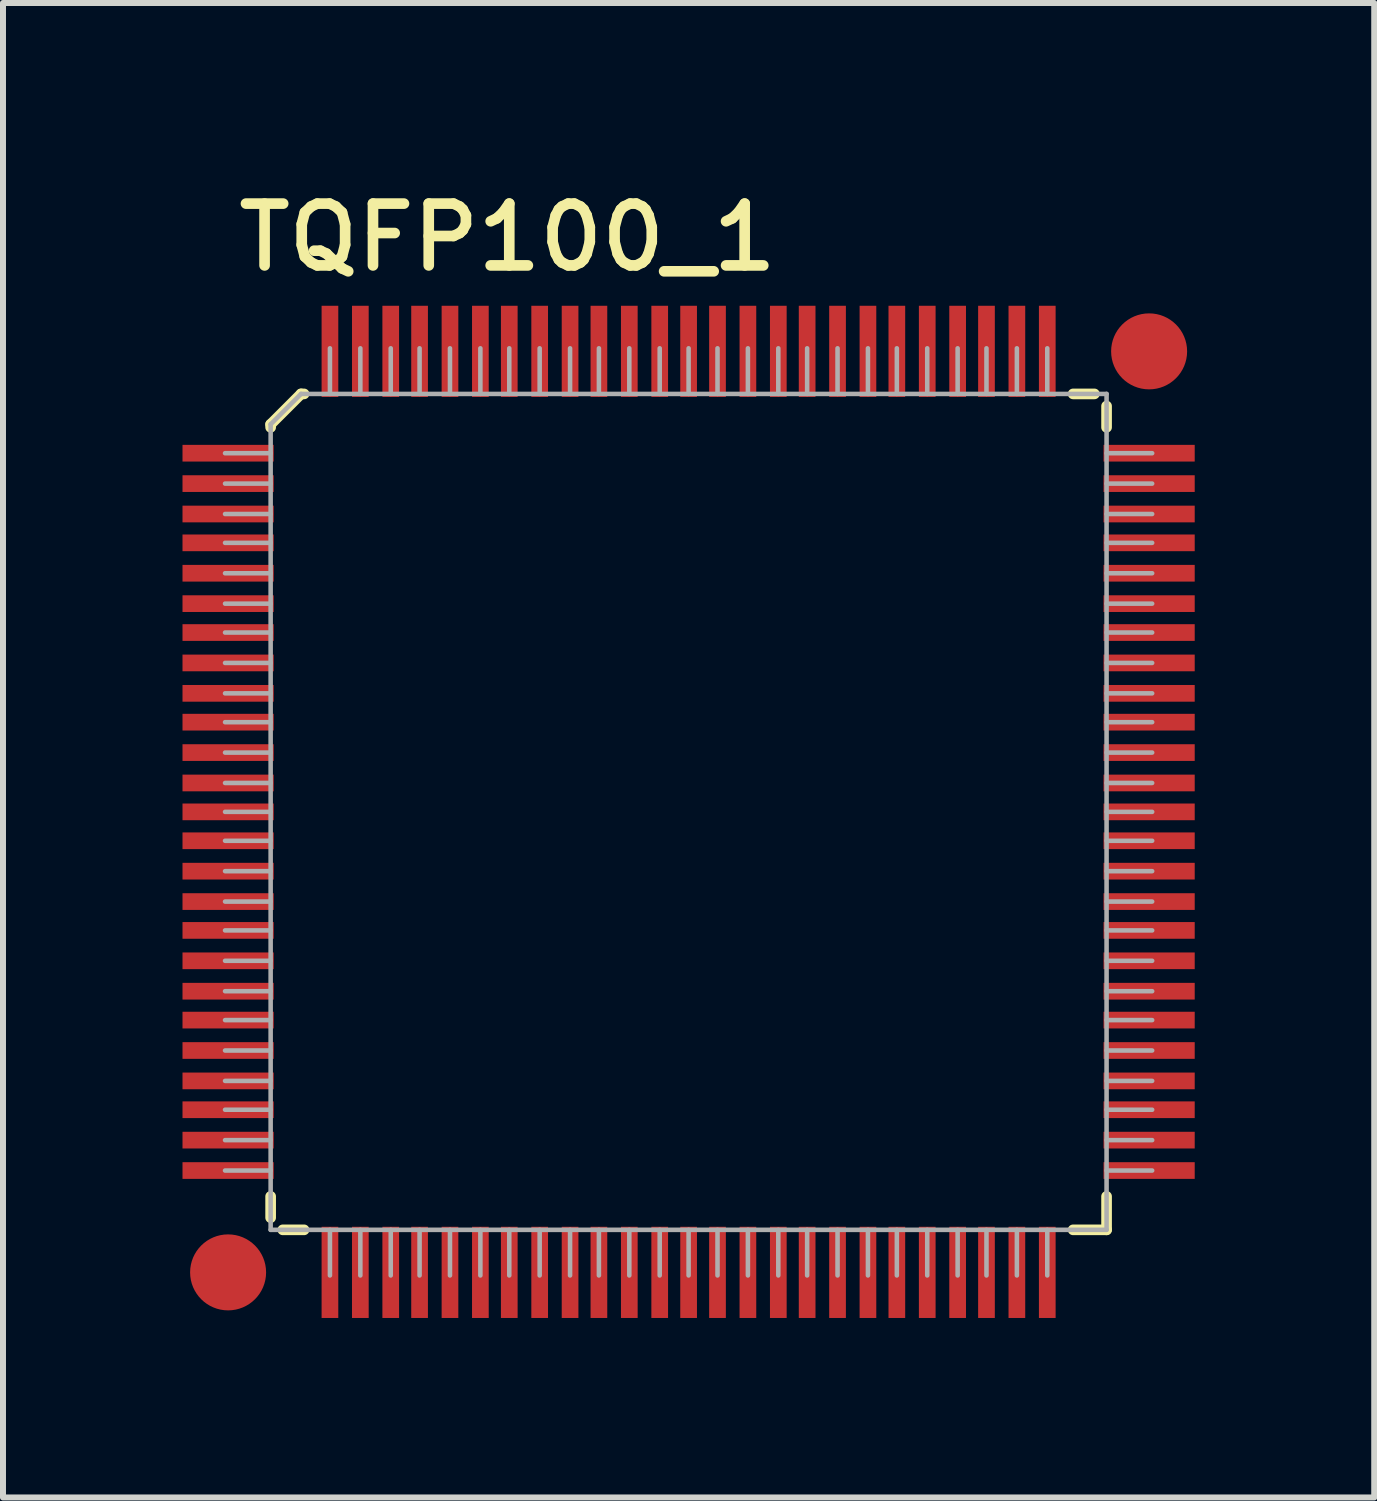
<source format=kicad_pcb>
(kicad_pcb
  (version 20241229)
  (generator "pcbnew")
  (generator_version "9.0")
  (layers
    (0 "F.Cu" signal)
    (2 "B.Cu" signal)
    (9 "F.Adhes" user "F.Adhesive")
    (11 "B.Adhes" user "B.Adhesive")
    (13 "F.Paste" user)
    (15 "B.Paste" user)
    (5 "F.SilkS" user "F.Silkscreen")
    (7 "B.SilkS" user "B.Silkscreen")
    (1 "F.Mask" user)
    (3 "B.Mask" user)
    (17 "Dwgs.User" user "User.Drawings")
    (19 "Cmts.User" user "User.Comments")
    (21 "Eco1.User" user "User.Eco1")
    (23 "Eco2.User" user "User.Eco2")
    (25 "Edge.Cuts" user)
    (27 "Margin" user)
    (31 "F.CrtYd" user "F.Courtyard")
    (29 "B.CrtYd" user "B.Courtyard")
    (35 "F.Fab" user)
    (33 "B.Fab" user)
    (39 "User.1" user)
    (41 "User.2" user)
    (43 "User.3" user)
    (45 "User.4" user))
  (footprint "TQFP100_1"
    (layer "F.Cu")
    (at 8.458 10.518)
    (property "Reference" "TQFP100_1" (at -3.023 -9.601 0) (unlocked yes) (layer "F.SilkS") (effects (font (size 1.033 1.087) (thickness 0.178))))
    (attr smd)
    (fp_line (start -6.985 -6.477) (end -6.477 -6.985) (stroke (width 0.178) (type solid)) (layer "F.SilkS"))
    (fp_line (start -6.985 -6.426) (end -6.985 -6.477) (stroke (width 0.178) (type solid)) (layer "F.SilkS"))
    (fp_line (start -6.985 6.782) (end -6.985 6.426) (stroke (width 0.178) (type solid)) (layer "F.SilkS"))
    (fp_line (start -6.782 6.985) (end -6.426 6.985) (stroke (width 0.178) (type solid)) (layer "F.SilkS"))
    (fp_line (start -6.477 -6.985) (end -6.426 -6.985) (stroke (width 0.178) (type solid)) (layer "F.SilkS"))
    (fp_line (start 6.426 -6.985) (end 6.782 -6.985) (stroke (width 0.178) (type solid)) (layer "F.SilkS"))
    (fp_line (start 6.426 6.985) (end 6.985 6.985) (stroke (width 0.178) (type solid)) (layer "F.SilkS"))
    (fp_line (start 6.985 -6.426) (end 6.985 -6.782) (stroke (width 0.178) (type solid)) (layer "F.SilkS"))
    (fp_line (start 6.985 6.985) (end 6.985 6.426) (stroke (width 0.178) (type solid)) (layer "F.SilkS"))
    (fp_line (start -7.747 -5.994) (end -6.985 -5.994) (stroke (width 0.076) (type solid)) (layer "F.Fab"))
    (fp_line (start -7.747 -5.486) (end -6.985 -5.486) (stroke (width 0.076) (type solid)) (layer "F.Fab"))
    (fp_line (start -7.747 -4.978) (end -6.985 -4.978) (stroke (width 0.076) (type solid)) (layer "F.Fab"))
    (fp_line (start -7.747 -4.496) (end -6.985 -4.496) (stroke (width 0.076) (type solid)) (layer "F.Fab"))
    (fp_line (start -7.747 -3.988) (end -6.985 -3.988) (stroke (width 0.076) (type solid)) (layer "F.Fab"))
    (fp_line (start -7.747 -3.48) (end -6.985 -3.48) (stroke (width 0.076) (type solid)) (layer "F.Fab"))
    (fp_line (start -7.747 -2.997) (end -6.985 -2.997) (stroke (width 0.076) (type solid)) (layer "F.Fab"))
    (fp_line (start -7.747 -2.489) (end -6.985 -2.489) (stroke (width 0.076) (type solid)) (layer "F.Fab"))
    (fp_line (start -7.747 -1.981) (end -6.985 -1.981) (stroke (width 0.076) (type solid)) (layer "F.Fab"))
    (fp_line (start -7.747 -1.499) (end -6.985 -1.499) (stroke (width 0.076) (type solid)) (layer "F.Fab"))
    (fp_line (start -7.747 -0.991) (end -6.985 -0.991) (stroke (width 0.076) (type solid)) (layer "F.Fab"))
    (fp_line (start -7.747 -0.483) (end -6.985 -0.483) (stroke (width 0.076) (type solid)) (layer "F.Fab"))
    (fp_line (start -7.747 0) (end -6.985 0) (stroke (width 0.076) (type solid)) (layer "F.Fab"))
    (fp_line (start -7.747 0.483) (end -6.985 0.483) (stroke (width 0.076) (type solid)) (layer "F.Fab"))
    (fp_line (start -7.747 0.991) (end -6.985 0.991) (stroke (width 0.076) (type solid)) (layer "F.Fab"))
    (fp_line (start -7.747 1.499) (end -6.985 1.499) (stroke (width 0.076) (type solid)) (layer "F.Fab"))
    (fp_line (start -7.747 1.981) (end -6.985 1.981) (stroke (width 0.076) (type solid)) (layer "F.Fab"))
    (fp_line (start -7.747 2.489) (end -6.985 2.489) (stroke (width 0.076) (type solid)) (layer "F.Fab"))
    (fp_line (start -7.747 2.997) (end -6.985 2.997) (stroke (width 0.076) (type solid)) (layer "F.Fab"))
    (fp_line (start -7.747 3.48) (end -6.985 3.48) (stroke (width 0.076) (type solid)) (layer "F.Fab"))
    (fp_line (start -7.747 3.988) (end -6.985 3.988) (stroke (width 0.076) (type solid)) (layer "F.Fab"))
    (fp_line (start -7.747 4.496) (end -6.985 4.496) (stroke (width 0.076) (type solid)) (layer "F.Fab"))
    (fp_line (start -7.747 4.978) (end -6.985 4.978) (stroke (width 0.076) (type solid)) (layer "F.Fab"))
    (fp_line (start -7.747 5.486) (end -6.985 5.486) (stroke (width 0.076) (type solid)) (layer "F.Fab"))
    (fp_line (start -7.747 5.994) (end -6.985 5.994) (stroke (width 0.076) (type solid)) (layer "F.Fab"))
    (fp_line (start -6.985 -6.477) (end -6.477 -6.985) (stroke (width 0.076) (type solid)) (layer "F.Fab"))
    (fp_line (start -6.985 6.985) (end -6.985 -6.477) (stroke (width 0.076) (type solid)) (layer "F.Fab"))
    (fp_line (start -6.985 6.985) (end 6.985 6.985) (stroke (width 0.076) (type solid)) (layer "F.Fab"))
    (fp_line (start -6.477 -6.985) (end 6.985 -6.985) (stroke (width 0.076) (type solid)) (layer "F.Fab"))
    (fp_line (start -5.994 -6.985) (end -5.994 -7.747) (stroke (width 0.076) (type solid)) (layer "F.Fab"))
    (fp_line (start -5.994 7.747) (end -5.994 6.985) (stroke (width 0.076) (type solid)) (layer "F.Fab"))
    (fp_line (start -5.486 -6.985) (end -5.486 -7.747) (stroke (width 0.076) (type solid)) (layer "F.Fab"))
    (fp_line (start -5.486 7.747) (end -5.486 6.985) (stroke (width 0.076) (type solid)) (layer "F.Fab"))
    (fp_line (start -4.978 -6.985) (end -4.978 -7.747) (stroke (width 0.076) (type solid)) (layer "F.Fab"))
    (fp_line (start -4.978 7.747) (end -4.978 6.985) (stroke (width 0.076) (type solid)) (layer "F.Fab"))
    (fp_line (start -4.496 -6.985) (end -4.496 -7.747) (stroke (width 0.076) (type solid)) (layer "F.Fab"))
    (fp_line (start -4.496 7.747) (end -4.496 6.985) (stroke (width 0.076) (type solid)) (layer "F.Fab"))
    (fp_line (start -3.988 -6.985) (end -3.988 -7.747) (stroke (width 0.076) (type solid)) (layer "F.Fab"))
    (fp_line (start -3.988 7.747) (end -3.988 6.985) (stroke (width 0.076) (type solid)) (layer "F.Fab"))
    (fp_line (start -3.48 -6.985) (end -3.48 -7.747) (stroke (width 0.076) (type solid)) (layer "F.Fab"))
    (fp_line (start -3.48 7.747) (end -3.48 6.985) (stroke (width 0.076) (type solid)) (layer "F.Fab"))
    (fp_line (start -2.997 -6.985) (end -2.997 -7.747) (stroke (width 0.076) (type solid)) (layer "F.Fab"))
    (fp_line (start -2.997 7.747) (end -2.997 6.985) (stroke (width 0.076) (type solid)) (layer "F.Fab"))
    (fp_line (start -2.489 -6.985) (end -2.489 -7.747) (stroke (width 0.076) (type solid)) (layer "F.Fab"))
    (fp_line (start -2.489 7.747) (end -2.489 6.985) (stroke (width 0.076) (type solid)) (layer "F.Fab"))
    (fp_line (start -1.981 -6.985) (end -1.981 -7.747) (stroke (width 0.076) (type solid)) (layer "F.Fab"))
    (fp_line (start -1.981 7.747) (end -1.981 6.985) (stroke (width 0.076) (type solid)) (layer "F.Fab"))
    (fp_line (start -1.499 -6.985) (end -1.499 -7.747) (stroke (width 0.076) (type solid)) (layer "F.Fab"))
    (fp_line (start -1.499 7.747) (end -1.499 6.985) (stroke (width 0.076) (type solid)) (layer "F.Fab"))
    (fp_line (start -0.991 -6.985) (end -0.991 -7.747) (stroke (width 0.076) (type solid)) (layer "F.Fab"))
    (fp_line (start -0.991 7.747) (end -0.991 6.985) (stroke (width 0.076) (type solid)) (layer "F.Fab"))
    (fp_line (start -0.483 -6.985) (end -0.483 -7.747) (stroke (width 0.076) (type solid)) (layer "F.Fab"))
    (fp_line (start -0.483 7.747) (end -0.483 6.985) (stroke (width 0.076) (type solid)) (layer "F.Fab"))
    (fp_line (start 0 -6.985) (end 0 -7.747) (stroke (width 0.076) (type solid)) (layer "F.Fab"))
    (fp_line (start 0 7.747) (end 0 6.985) (stroke (width 0.076) (type solid)) (layer "F.Fab"))
    (fp_line (start 0.483 -6.985) (end 0.483 -7.747) (stroke (width 0.076) (type solid)) (layer "F.Fab"))
    (fp_line (start 0.483 7.747) (end 0.483 6.985) (stroke (width 0.076) (type solid)) (layer "F.Fab"))
    (fp_line (start 0.991 -6.985) (end 0.991 -7.747) (stroke (width 0.076) (type solid)) (layer "F.Fab"))
    (fp_line (start 0.991 7.747) (end 0.991 6.985) (stroke (width 0.076) (type solid)) (layer "F.Fab"))
    (fp_line (start 1.499 -6.985) (end 1.499 -7.747) (stroke (width 0.076) (type solid)) (layer "F.Fab"))
    (fp_line (start 1.499 7.747) (end 1.499 6.985) (stroke (width 0.076) (type solid)) (layer "F.Fab"))
    (fp_line (start 1.981 -6.985) (end 1.981 -7.747) (stroke (width 0.076) (type solid)) (layer "F.Fab"))
    (fp_line (start 1.981 7.747) (end 1.981 6.985) (stroke (width 0.076) (type solid)) (layer "F.Fab"))
    (fp_line (start 2.489 -6.985) (end 2.489 -7.747) (stroke (width 0.076) (type solid)) (layer "F.Fab"))
    (fp_line (start 2.489 7.747) (end 2.489 6.985) (stroke (width 0.076) (type solid)) (layer "F.Fab"))
    (fp_line (start 2.997 -6.985) (end 2.997 -7.747) (stroke (width 0.076) (type solid)) (layer "F.Fab"))
    (fp_line (start 2.997 7.747) (end 2.997 6.985) (stroke (width 0.076) (type solid)) (layer "F.Fab"))
    (fp_line (start 3.48 -6.985) (end 3.48 -7.747) (stroke (width 0.076) (type solid)) (layer "F.Fab"))
    (fp_line (start 3.48 7.747) (end 3.48 6.985) (stroke (width 0.076) (type solid)) (layer "F.Fab"))
    (fp_line (start 3.988 -6.985) (end 3.988 -7.747) (stroke (width 0.076) (type solid)) (layer "F.Fab"))
    (fp_line (start 3.988 7.747) (end 3.988 6.985) (stroke (width 0.076) (type solid)) (layer "F.Fab"))
    (fp_line (start 4.496 -6.985) (end 4.496 -7.747) (stroke (width 0.076) (type solid)) (layer "F.Fab"))
    (fp_line (start 4.496 7.747) (end 4.496 6.985) (stroke (width 0.076) (type solid)) (layer "F.Fab"))
    (fp_line (start 4.978 -6.985) (end 4.978 -7.747) (stroke (width 0.076) (type solid)) (layer "F.Fab"))
    (fp_line (start 4.978 7.747) (end 4.978 6.985) (stroke (width 0.076) (type solid)) (layer "F.Fab"))
    (fp_line (start 5.486 -6.985) (end 5.486 -7.747) (stroke (width 0.076) (type solid)) (layer "F.Fab"))
    (fp_line (start 5.486 7.747) (end 5.486 6.985) (stroke (width 0.076) (type solid)) (layer "F.Fab"))
    (fp_line (start 5.994 -6.985) (end 5.994 -7.747) (stroke (width 0.076) (type solid)) (layer "F.Fab"))
    (fp_line (start 5.994 7.747) (end 5.994 6.985) (stroke (width 0.076) (type solid)) (layer "F.Fab"))
    (fp_line (start 6.985 -5.994) (end 7.747 -5.994) (stroke (width 0.076) (type solid)) (layer "F.Fab"))
    (fp_line (start 6.985 -5.486) (end 7.747 -5.486) (stroke (width 0.076) (type solid)) (layer "F.Fab"))
    (fp_line (start 6.985 -4.978) (end 7.747 -4.978) (stroke (width 0.076) (type solid)) (layer "F.Fab"))
    (fp_line (start 6.985 -4.496) (end 7.747 -4.496) (stroke (width 0.076) (type solid)) (layer "F.Fab"))
    (fp_line (start 6.985 -3.988) (end 7.747 -3.988) (stroke (width 0.076) (type solid)) (layer "F.Fab"))
    (fp_line (start 6.985 -3.48) (end 7.747 -3.48) (stroke (width 0.076) (type solid)) (layer "F.Fab"))
    (fp_line (start 6.985 -2.997) (end 7.747 -2.997) (stroke (width 0.076) (type solid)) (layer "F.Fab"))
    (fp_line (start 6.985 -2.489) (end 7.747 -2.489) (stroke (width 0.076) (type solid)) (layer "F.Fab"))
    (fp_line (start 6.985 -1.981) (end 7.747 -1.981) (stroke (width 0.076) (type solid)) (layer "F.Fab"))
    (fp_line (start 6.985 -1.499) (end 7.747 -1.499) (stroke (width 0.076) (type solid)) (layer "F.Fab"))
    (fp_line (start 6.985 -0.991) (end 7.747 -0.991) (stroke (width 0.076) (type solid)) (layer "F.Fab"))
    (fp_line (start 6.985 -0.483) (end 7.747 -0.483) (stroke (width 0.076) (type solid)) (layer "F.Fab"))
    (fp_line (start 6.985 0) (end 7.747 0) (stroke (width 0.076) (type solid)) (layer "F.Fab"))
    (fp_line (start 6.985 0.483) (end 7.747 0.483) (stroke (width 0.076) (type solid)) (layer "F.Fab"))
    (fp_line (start 6.985 0.991) (end 7.747 0.991) (stroke (width 0.076) (type solid)) (layer "F.Fab"))
    (fp_line (start 6.985 1.499) (end 7.747 1.499) (stroke (width 0.076) (type solid)) (layer "F.Fab"))
    (fp_line (start 6.985 1.981) (end 7.747 1.981) (stroke (width 0.076) (type solid)) (layer "F.Fab"))
    (fp_line (start 6.985 2.489) (end 7.747 2.489) (stroke (width 0.076) (type solid)) (layer "F.Fab"))
    (fp_line (start 6.985 2.997) (end 7.747 2.997) (stroke (width 0.076) (type solid)) (layer "F.Fab"))
    (fp_line (start 6.985 3.48) (end 7.747 3.48) (stroke (width 0.076) (type solid)) (layer "F.Fab"))
    (fp_line (start 6.985 3.988) (end 7.747 3.988) (stroke (width 0.076) (type solid)) (layer "F.Fab"))
    (fp_line (start 6.985 4.496) (end 7.747 4.496) (stroke (width 0.076) (type solid)) (layer "F.Fab"))
    (fp_line (start 6.985 4.978) (end 7.747 4.978) (stroke (width 0.076) (type solid)) (layer "F.Fab"))
    (fp_line (start 6.985 5.486) (end 7.747 5.486) (stroke (width 0.076) (type solid)) (layer "F.Fab"))
    (fp_line (start 6.985 5.994) (end 7.747 5.994) (stroke (width 0.076) (type solid)) (layer "F.Fab"))
    (fp_line (start 6.985 6.985) (end 6.985 -6.985) (stroke (width 0.076) (type solid)) (layer "F.Fab"))
    (pad "1" smd rect (at -7.696 -5.994) (size 1.524 0.279) (layers "F.Cu" "F.Mask" "F.Paste"))
    (pad "2" smd rect (at -7.696 -5.486) (size 1.524 0.279) (layers "F.Cu" "F.Mask" "F.Paste"))
    (pad "3" smd rect (at -7.696 -4.978) (size 1.524 0.279) (layers "F.Cu" "F.Mask" "F.Paste"))
    (pad "4" smd rect (at -7.696 -4.496) (size 1.524 0.279) (layers "F.Cu" "F.Mask" "F.Paste"))
    (pad "5" smd rect (at -7.696 -3.988) (size 1.524 0.279) (layers "F.Cu" "F.Mask" "F.Paste"))
    (pad "6" smd rect (at -7.696 -3.48) (size 1.524 0.279) (layers "F.Cu" "F.Mask" "F.Paste"))
    (pad "7" smd rect (at -7.696 -2.997) (size 1.524 0.279) (layers "F.Cu" "F.Mask" "F.Paste"))
    (pad "8" smd rect (at -7.696 -2.489) (size 1.524 0.279) (layers "F.Cu" "F.Mask" "F.Paste"))
    (pad "9" smd rect (at -7.696 -1.981) (size 1.524 0.279) (layers "F.Cu" "F.Mask" "F.Paste"))
    (pad "10" smd rect (at -7.696 -1.499) (size 1.524 0.279) (layers "F.Cu" "F.Mask" "F.Paste"))
    (pad "11" smd rect (at -7.696 -0.991) (size 1.524 0.279) (layers "F.Cu" "F.Mask" "F.Paste"))
    (pad "12" smd rect (at -7.696 -0.483) (size 1.524 0.279) (layers "F.Cu" "F.Mask" "F.Paste"))
    (pad "13" smd rect (at -7.696 0) (size 1.524 0.279) (layers "F.Cu" "F.Mask" "F.Paste"))
    (pad "14" smd rect (at -7.696 0.483) (size 1.524 0.279) (layers "F.Cu" "F.Mask" "F.Paste"))
    (pad "15" smd rect (at -7.696 0.991) (size 1.524 0.279) (layers "F.Cu" "F.Mask" "F.Paste"))
    (pad "16" smd rect (at -7.696 1.499) (size 1.524 0.279) (layers "F.Cu" "F.Mask" "F.Paste"))
    (pad "17" smd rect (at -7.696 1.981) (size 1.524 0.279) (layers "F.Cu" "F.Mask" "F.Paste"))
    (pad "18" smd rect (at -7.696 2.489) (size 1.524 0.279) (layers "F.Cu" "F.Mask" "F.Paste"))
    (pad "19" smd rect (at -7.696 2.997) (size 1.524 0.279) (layers "F.Cu" "F.Mask" "F.Paste"))
    (pad "20" smd rect (at -7.696 3.48) (size 1.524 0.279) (layers "F.Cu" "F.Mask" "F.Paste"))
    (pad "21" smd rect (at -7.696 3.988) (size 1.524 0.279) (layers "F.Cu" "F.Mask" "F.Paste"))
    (pad "22" smd rect (at -7.696 4.496) (size 1.524 0.279) (layers "F.Cu" "F.Mask" "F.Paste"))
    (pad "23" smd rect (at -7.696 4.978) (size 1.524 0.279) (layers "F.Cu" "F.Mask" "F.Paste"))
    (pad "24" smd rect (at -7.696 5.486) (size 1.524 0.279) (layers "F.Cu" "F.Mask" "F.Paste"))
    (pad "25" smd rect (at -7.696 5.994) (size 1.524 0.279) (layers "F.Cu" "F.Mask" "F.Paste"))
    (pad "26" smd rect (at -5.994 7.696 90) (size 1.524 0.279) (layers "F.Cu" "F.Mask" "F.Paste"))
    (pad "27" smd rect (at -5.486 7.696 90) (size 1.524 0.279) (layers "F.Cu" "F.Mask" "F.Paste"))
    (pad "28" smd rect (at -4.978 7.696 90) (size 1.524 0.279) (layers "F.Cu" "F.Mask" "F.Paste"))
    (pad "29" smd rect (at -4.496 7.696 90) (size 1.524 0.279) (layers "F.Cu" "F.Mask" "F.Paste"))
    (pad "30" smd rect (at -3.988 7.696 90) (size 1.524 0.279) (layers "F.Cu" "F.Mask" "F.Paste"))
    (pad "31" smd rect (at -3.48 7.696 90) (size 1.524 0.279) (layers "F.Cu" "F.Mask" "F.Paste"))
    (pad "32" smd rect (at -2.997 7.696 90) (size 1.524 0.279) (layers "F.Cu" "F.Mask" "F.Paste"))
    (pad "33" smd rect (at -2.489 7.696 90) (size 1.524 0.279) (layers "F.Cu" "F.Mask" "F.Paste"))
    (pad "34" smd rect (at -1.981 7.696 90) (size 1.524 0.279) (layers "F.Cu" "F.Mask" "F.Paste"))
    (pad "35" smd rect (at -1.499 7.696 90) (size 1.524 0.279) (layers "F.Cu" "F.Mask" "F.Paste"))
    (pad "36" smd rect (at -0.991 7.696 90) (size 1.524 0.279) (layers "F.Cu" "F.Mask" "F.Paste"))
    (pad "37" smd rect (at -0.483 7.696 90) (size 1.524 0.279) (layers "F.Cu" "F.Mask" "F.Paste"))
    (pad "38" smd rect (at 0 7.696 90) (size 1.524 0.279) (layers "F.Cu" "F.Mask" "F.Paste"))
    (pad "39" smd rect (at 0.483 7.696 90) (size 1.524 0.279) (layers "F.Cu" "F.Mask" "F.Paste"))
    (pad "40" smd rect (at 0.991 7.696 90) (size 1.524 0.279) (layers "F.Cu" "F.Mask" "F.Paste"))
    (pad "41" smd rect (at 1.499 7.696 90) (size 1.524 0.279) (layers "F.Cu" "F.Mask" "F.Paste"))
    (pad "42" smd rect (at 1.981 7.696 90) (size 1.524 0.279) (layers "F.Cu" "F.Mask" "F.Paste"))
    (pad "43" smd rect (at 2.489 7.696 90) (size 1.524 0.279) (layers "F.Cu" "F.Mask" "F.Paste"))
    (pad "44" smd rect (at 2.997 7.696 90) (size 1.524 0.279) (layers "F.Cu" "F.Mask" "F.Paste"))
    (pad "45" smd rect (at 3.48 7.696 90) (size 1.524 0.279) (layers "F.Cu" "F.Mask" "F.Paste"))
    (pad "46" smd rect (at 3.988 7.696 90) (size 1.524 0.279) (layers "F.Cu" "F.Mask" "F.Paste"))
    (pad "47" smd rect (at 4.496 7.696 90) (size 1.524 0.279) (layers "F.Cu" "F.Mask" "F.Paste"))
    (pad "48" smd rect (at 4.978 7.696 90) (size 1.524 0.279) (layers "F.Cu" "F.Mask" "F.Paste"))
    (pad "49" smd rect (at 5.486 7.696 90) (size 1.524 0.279) (layers "F.Cu" "F.Mask" "F.Paste"))
    (pad "50" smd rect (at 5.994 7.696 90) (size 1.524 0.279) (layers "F.Cu" "F.Mask" "F.Paste"))
    (pad "51" smd rect (at 7.696 5.994) (size 1.524 0.279) (layers "F.Cu" "F.Mask" "F.Paste"))
    (pad "52" smd rect (at 7.696 5.486) (size 1.524 0.279) (layers "F.Cu" "F.Mask" "F.Paste"))
    (pad "53" smd rect (at 7.696 4.978) (size 1.524 0.279) (layers "F.Cu" "F.Mask" "F.Paste"))
    (pad "54" smd rect (at 7.696 4.496) (size 1.524 0.279) (layers "F.Cu" "F.Mask" "F.Paste"))
    (pad "55" smd rect (at 7.696 3.988) (size 1.524 0.279) (layers "F.Cu" "F.Mask" "F.Paste"))
    (pad "56" smd rect (at 7.696 3.48) (size 1.524 0.279) (layers "F.Cu" "F.Mask" "F.Paste"))
    (pad "57" smd rect (at 7.696 2.997) (size 1.524 0.279) (layers "F.Cu" "F.Mask" "F.Paste"))
    (pad "58" smd rect (at 7.696 2.489) (size 1.524 0.279) (layers "F.Cu" "F.Mask" "F.Paste"))
    (pad "59" smd rect (at 7.696 1.981) (size 1.524 0.279) (layers "F.Cu" "F.Mask" "F.Paste"))
    (pad "60" smd rect (at 7.696 1.499) (size 1.524 0.279) (layers "F.Cu" "F.Mask" "F.Paste"))
    (pad "61" smd rect (at 7.696 0.991) (size 1.524 0.279) (layers "F.Cu" "F.Mask" "F.Paste"))
    (pad "62" smd rect (at 7.696 0.483) (size 1.524 0.279) (layers "F.Cu" "F.Mask" "F.Paste"))
    (pad "63" smd rect (at 7.696 0) (size 1.524 0.279) (layers "F.Cu" "F.Mask" "F.Paste"))
    (pad "64" smd rect (at 7.696 -0.483) (size 1.524 0.279) (layers "F.Cu" "F.Mask" "F.Paste"))
    (pad "65" smd rect (at 7.696 -0.991) (size 1.524 0.279) (layers "F.Cu" "F.Mask" "F.Paste"))
    (pad "66" smd rect (at 7.696 -1.499) (size 1.524 0.279) (layers "F.Cu" "F.Mask" "F.Paste"))
    (pad "67" smd rect (at 7.696 -1.981) (size 1.524 0.279) (layers "F.Cu" "F.Mask" "F.Paste"))
    (pad "68" smd rect (at 7.696 -2.489) (size 1.524 0.279) (layers "F.Cu" "F.Mask" "F.Paste"))
    (pad "69" smd rect (at 7.696 -2.997) (size 1.524 0.279) (layers "F.Cu" "F.Mask" "F.Paste"))
    (pad "70" smd rect (at 7.696 -3.48) (size 1.524 0.279) (layers "F.Cu" "F.Mask" "F.Paste"))
    (pad "71" smd rect (at 7.696 -3.988) (size 1.524 0.279) (layers "F.Cu" "F.Mask" "F.Paste"))
    (pad "72" smd rect (at 7.696 -4.496) (size 1.524 0.279) (layers "F.Cu" "F.Mask" "F.Paste"))
    (pad "73" smd rect (at 7.696 -4.978) (size 1.524 0.279) (layers "F.Cu" "F.Mask" "F.Paste"))
    (pad "74" smd rect (at 7.696 -5.486) (size 1.524 0.279) (layers "F.Cu" "F.Mask" "F.Paste"))
    (pad "75" smd rect (at 7.696 -5.994) (size 1.524 0.279) (layers "F.Cu" "F.Mask" "F.Paste"))
    (pad "76" smd rect (at 5.994 -7.696 90) (size 1.524 0.279) (layers "F.Cu" "F.Mask" "F.Paste"))
    (pad "77" smd rect (at 5.486 -7.696 90) (size 1.524 0.279) (layers "F.Cu" "F.Mask" "F.Paste"))
    (pad "78" smd rect (at 4.978 -7.696 90) (size 1.524 0.279) (layers "F.Cu" "F.Mask" "F.Paste"))
    (pad "79" smd rect (at 4.496 -7.696 90) (size 1.524 0.279) (layers "F.Cu" "F.Mask" "F.Paste"))
    (pad "80" smd rect (at 3.988 -7.696 90) (size 1.524 0.279) (layers "F.Cu" "F.Mask" "F.Paste"))
    (pad "81" smd rect (at 3.48 -7.696 90) (size 1.524 0.279) (layers "F.Cu" "F.Mask" "F.Paste"))
    (pad "82" smd rect (at 2.997 -7.696 90) (size 1.524 0.279) (layers "F.Cu" "F.Mask" "F.Paste"))
    (pad "83" smd rect (at 2.489 -7.696 90) (size 1.524 0.279) (layers "F.Cu" "F.Mask" "F.Paste"))
    (pad "84" smd rect (at 1.981 -7.696 90) (size 1.524 0.279) (layers "F.Cu" "F.Mask" "F.Paste"))
    (pad "85" smd rect (at 1.499 -7.696 90) (size 1.524 0.279) (layers "F.Cu" "F.Mask" "F.Paste"))
    (pad "86" smd rect (at 0.991 -7.696 90) (size 1.524 0.279) (layers "F.Cu" "F.Mask" "F.Paste"))
    (pad "87" smd rect (at 0.483 -7.696 90) (size 1.524 0.279) (layers "F.Cu" "F.Mask" "F.Paste"))
    (pad "88" smd rect (at 0 -7.696 90) (size 1.524 0.279) (layers "F.Cu" "F.Mask" "F.Paste"))
    (pad "89" smd rect (at -0.483 -7.696 90) (size 1.524 0.279) (layers "F.Cu" "F.Mask" "F.Paste"))
    (pad "90" smd rect (at -0.991 -7.696 90) (size 1.524 0.279) (layers "F.Cu" "F.Mask" "F.Paste"))
    (pad "91" smd rect (at -1.499 -7.696 90) (size 1.524 0.279) (layers "F.Cu" "F.Mask" "F.Paste"))
    (pad "92" smd rect (at -1.981 -7.696 90) (size 1.524 0.279) (layers "F.Cu" "F.Mask" "F.Paste"))
    (pad "93" smd rect (at -2.489 -7.696 90) (size 1.524 0.279) (layers "F.Cu" "F.Mask" "F.Paste"))
    (pad "94" smd rect (at -2.997 -7.696 90) (size 1.524 0.279) (layers "F.Cu" "F.Mask" "F.Paste"))
    (pad "95" smd rect (at -3.48 -7.696 90) (size 1.524 0.279) (layers "F.Cu" "F.Mask" "F.Paste"))
    (pad "96" smd rect (at -3.988 -7.696 90) (size 1.524 0.279) (layers "F.Cu" "F.Mask" "F.Paste"))
    (pad "97" smd rect (at -4.496 -7.696 90) (size 1.524 0.279) (layers "F.Cu" "F.Mask" "F.Paste"))
    (pad "98" smd rect (at -4.978 -7.696 90) (size 1.524 0.279) (layers "F.Cu" "F.Mask" "F.Paste"))
    (pad "99" smd rect (at -5.486 -7.696 90) (size 1.524 0.279) (layers "F.Cu" "F.Mask" "F.Paste"))
    (pad "100" smd rect (at -5.994 -7.696 90) (size 1.524 0.279) (layers "F.Cu" "F.Mask" "F.Paste"))
    (pad "101" smd circle (at -7.696 7.696) (size 1.27 1.27) (layers "F.Cu" "F.Mask" "F.Paste"))
    (pad "102" smd circle (at 7.696 -7.696) (size 1.27 1.27) (layers "F.Cu" "F.Mask" "F.Paste")))
  (gr_rect
    (start -3 -3)
    (end 19.916 21.976)
    (stroke (width 0.1) (type default))
    (fill no)
    (layer "Edge.Cuts")))
</source>
